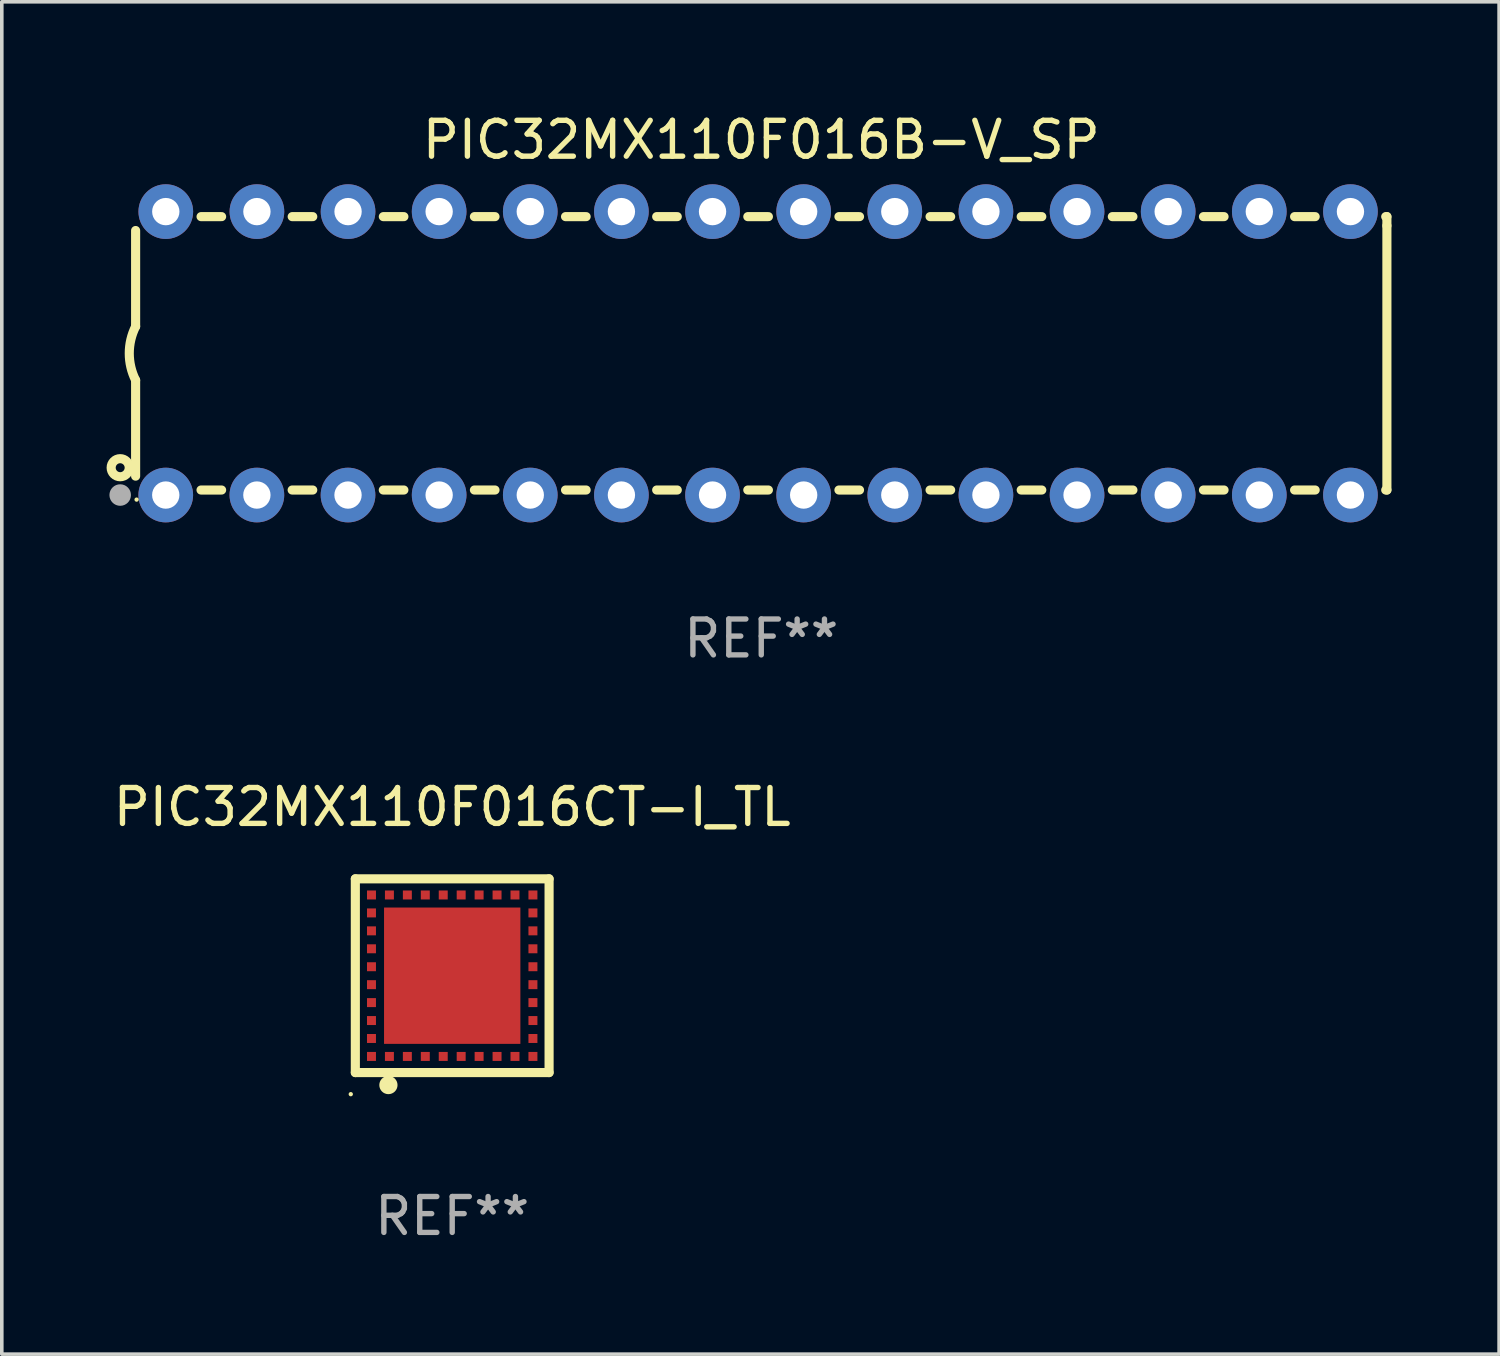
<source format=kicad_pcb>
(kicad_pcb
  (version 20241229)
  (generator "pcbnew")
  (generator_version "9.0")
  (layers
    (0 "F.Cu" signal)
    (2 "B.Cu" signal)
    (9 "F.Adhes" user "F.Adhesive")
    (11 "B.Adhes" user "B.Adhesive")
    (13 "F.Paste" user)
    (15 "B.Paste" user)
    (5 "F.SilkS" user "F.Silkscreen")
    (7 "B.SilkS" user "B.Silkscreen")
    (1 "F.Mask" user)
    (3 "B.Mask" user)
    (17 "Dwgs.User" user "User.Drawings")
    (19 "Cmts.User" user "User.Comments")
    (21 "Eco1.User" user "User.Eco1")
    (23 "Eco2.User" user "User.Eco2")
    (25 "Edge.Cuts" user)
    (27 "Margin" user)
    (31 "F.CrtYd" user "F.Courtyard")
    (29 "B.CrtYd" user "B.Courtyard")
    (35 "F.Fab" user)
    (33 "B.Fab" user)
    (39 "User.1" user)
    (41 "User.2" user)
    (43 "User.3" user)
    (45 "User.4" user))
  (footprint "PIC32MX110F016B-V_SP"
    (layer "F.Cu")
    (at 18.168 6.798)
    (property "Reference" "PIC32MX110F016B-V_SP" (at 0 -5.95 0) (layer "F.SilkS") (effects (font (size 1 1) (thickness 0.15))))
    (attr through_hole)
    (fp_line (start -17.438 0.75) (end -17.438 3.423) (stroke (width 0.254) (type solid)) (layer "F.SilkS"))
    (fp_line (start -17.438 -3.423) (end -17.438 -0.75) (stroke (width 0.254) (type solid)) (layer "F.SilkS"))
    (fp_line (start -15.615 3.81) (end -15.041 3.81) (stroke (width 0.254) (type solid)) (layer "F.SilkS"))
    (fp_line (start -15.041 -3.81) (end -15.614 -3.81) (stroke (width 0.254) (type solid)) (layer "F.SilkS"))
    (fp_line (start -13.075 3.81) (end -12.501 3.81) (stroke (width 0.254) (type solid)) (layer "F.SilkS"))
    (fp_line (start -12.501 -3.81) (end -13.074 -3.81) (stroke (width 0.254) (type solid)) (layer "F.SilkS"))
    (fp_line (start -10.535 3.81) (end -9.961 3.81) (stroke (width 0.254) (type solid)) (layer "F.SilkS"))
    (fp_line (start -9.961 -3.81) (end -10.534 -3.81) (stroke (width 0.254) (type solid)) (layer "F.SilkS"))
    (fp_line (start -7.995 3.81) (end -7.421 3.81) (stroke (width 0.254) (type solid)) (layer "F.SilkS"))
    (fp_line (start -7.421 -3.81) (end -7.995 -3.81) (stroke (width 0.254) (type solid)) (layer "F.SilkS"))
    (fp_line (start -5.455 3.81) (end -4.881 3.81) (stroke (width 0.254) (type solid)) (layer "F.SilkS"))
    (fp_line (start -4.881 -3.81) (end -5.455 -3.81) (stroke (width 0.254) (type solid)) (layer "F.SilkS"))
    (fp_line (start -2.915 3.81) (end -2.341 3.81) (stroke (width 0.254) (type solid)) (layer "F.SilkS"))
    (fp_line (start -2.341 -3.81) (end -2.915 -3.81) (stroke (width 0.254) (type solid)) (layer "F.SilkS"))
    (fp_line (start -0.375 3.81) (end 0.199 3.81) (stroke (width 0.254) (type solid)) (layer "F.SilkS"))
    (fp_line (start 0.199 -3.81) (end -0.375 -3.81) (stroke (width 0.254) (type solid)) (layer "F.SilkS"))
    (fp_line (start 2.165 3.81) (end 2.739 3.81) (stroke (width 0.254) (type solid)) (layer "F.SilkS"))
    (fp_line (start 2.739 -3.81) (end 2.165 -3.81) (stroke (width 0.254) (type solid)) (layer "F.SilkS"))
    (fp_line (start 4.705 3.81) (end 5.279 3.81) (stroke (width 0.254) (type solid)) (layer "F.SilkS"))
    (fp_line (start 5.279 -3.81) (end 4.705 -3.81) (stroke (width 0.254) (type solid)) (layer "F.SilkS"))
    (fp_line (start 7.245 3.81) (end 7.819 3.81) (stroke (width 0.254) (type solid)) (layer "F.SilkS"))
    (fp_line (start 7.819 -3.81) (end 7.245 -3.81) (stroke (width 0.254) (type solid)) (layer "F.SilkS"))
    (fp_line (start 9.785 3.81) (end 10.359 3.81) (stroke (width 0.254) (type solid)) (layer "F.SilkS"))
    (fp_line (start 10.359 -3.81) (end 9.785 -3.81) (stroke (width 0.254) (type solid)) (layer "F.SilkS"))
    (fp_line (start 12.325 3.81) (end 12.899 3.81) (stroke (width 0.254) (type solid)) (layer "F.SilkS"))
    (fp_line (start 12.899 -3.81) (end 12.325 -3.81) (stroke (width 0.254) (type solid)) (layer "F.SilkS"))
    (fp_line (start 14.865 3.81) (end 15.439 3.81) (stroke (width 0.254) (type solid)) (layer "F.SilkS"))
    (fp_line (start 15.439 -3.81) (end 14.865 -3.81) (stroke (width 0.254) (type solid)) (layer "F.SilkS"))
    (fp_line (start 17.405 3.81) (end 17.438 3.81) (stroke (width 0.254) (type solid)) (layer "F.SilkS"))
    (fp_line (start 17.438 -3.81) (end 17.405 -3.81) (stroke (width 0.254) (type solid)) (layer "F.SilkS"))
    (fp_line (start 17.438 -3.556) (end 17.438 -3.81) (stroke (width 0.254) (type solid)) (layer "F.SilkS"))
    (fp_line (start 17.438 3.81) (end 17.438 -3.556) (stroke (width 0.254) (type solid)) (layer "F.SilkS"))
    (fp_arc (start -17.437986 0.749657) (mid -17.614887 -0.000024) (end -17.437783 -0.749657) (stroke (width 0.254001) (type solid)) (layer "F.SilkS"))
    (fp_circle (center -17.868 3.188) (end -17.743 3.188) (stroke (width 0.254) (type solid)) (fill no) (layer "F.SilkS"))
    (fp_circle (center -17.411 4.077) (end -17.381 4.077) (stroke (width 0.06) (type solid)) (fill no) (layer "F.SilkS"))
    (fp_circle (center -17.868 3.95) (end -17.718 3.95) (stroke (width 0.3) (type solid)) (fill no) (layer "F.Fab"))
    (fp_text user "REF**" (at 0 7.95 0) (layer "F.Fab") (effects (font (size 1 1) (thickness 0.15))))
    (pad "1" thru_hole circle (at -16.598 3.95) (size 1.524 1.524) (drill 0.762) (layers "*.Cu" "*.Mask"))
    (pad "2" thru_hole circle (at -14.058 3.95) (size 1.524 1.524) (drill 0.762) (layers "*.Cu" "*.Mask"))
    (pad "3" thru_hole circle (at -11.518 3.95) (size 1.524 1.524) (drill 0.762) (layers "*.Cu" "*.Mask"))
    (pad "4" thru_hole circle (at -8.978 3.95) (size 1.524 1.524) (drill 0.762) (layers "*.Cu" "*.Mask"))
    (pad "5" thru_hole circle (at -6.438 3.95) (size 1.524 1.524) (drill 0.762) (layers "*.Cu" "*.Mask"))
    (pad "6" thru_hole circle (at -3.898 3.95) (size 1.524 1.524) (drill 0.762) (layers "*.Cu" "*.Mask"))
    (pad "7" thru_hole circle (at -1.358 3.95) (size 1.524 1.524) (drill 0.762) (layers "*.Cu" "*.Mask"))
    (pad "8" thru_hole circle (at 1.182 3.95) (size 1.524 1.524) (drill 0.762) (layers "*.Cu" "*.Mask"))
    (pad "9" thru_hole circle (at 3.722 3.95) (size 1.524 1.524) (drill 0.762) (layers "*.Cu" "*.Mask"))
    (pad "10" thru_hole circle (at 6.262 3.95) (size 1.524 1.524) (drill 0.762) (layers "*.Cu" "*.Mask"))
    (pad "11" thru_hole circle (at 8.802 3.95) (size 1.524 1.524) (drill 0.762) (layers "*.Cu" "*.Mask"))
    (pad "12" thru_hole circle (at 11.342 3.95) (size 1.524 1.524) (drill 0.762) (layers "*.Cu" "*.Mask"))
    (pad "13" thru_hole circle (at 13.882 3.95) (size 1.524 1.524) (drill 0.762) (layers "*.Cu" "*.Mask"))
    (pad "14" thru_hole circle (at 16.422 3.95) (size 1.524 1.524) (drill 0.762) (layers "*.Cu" "*.Mask"))
    (pad "15" thru_hole circle (at 16.422 -3.95) (size 1.524 1.524) (drill 0.762) (layers "*.Cu" "*.Mask"))
    (pad "16" thru_hole circle (at 13.882 -3.95) (size 1.524 1.524) (drill 0.762) (layers "*.Cu" "*.Mask"))
    (pad "17" thru_hole circle (at 11.342 -3.95) (size 1.524 1.524) (drill 0.762) (layers "*.Cu" "*.Mask"))
    (pad "18" thru_hole circle (at 8.802 -3.95) (size 1.524 1.524) (drill 0.762) (layers "*.Cu" "*.Mask"))
    (pad "19" thru_hole circle (at 6.262 -3.95) (size 1.524 1.524) (drill 0.762) (layers "*.Cu" "*.Mask"))
    (pad "20" thru_hole circle (at 3.722 -3.95) (size 1.524 1.524) (drill 0.762) (layers "*.Cu" "*.Mask"))
    (pad "21" thru_hole circle (at 1.182 -3.95) (size 1.524 1.524) (drill 0.762) (layers "*.Cu" "*.Mask"))
    (pad "22" thru_hole circle (at -1.358 -3.95) (size 1.524 1.524) (drill 0.762) (layers "*.Cu" "*.Mask"))
    (pad "23" thru_hole circle (at -3.898 -3.95) (size 1.524 1.524) (drill 0.762) (layers "*.Cu" "*.Mask"))
    (pad "24" thru_hole circle (at -6.438 -3.95) (size 1.524 1.524) (drill 0.762) (layers "*.Cu" "*.Mask"))
    (pad "25" thru_hole circle (at -8.978 -3.95) (size 1.524 1.524) (drill 0.762) (layers "*.Cu" "*.Mask"))
    (pad "26" thru_hole circle (at -11.517 -3.95) (size 1.524 1.524) (drill 0.762) (layers "*.Cu" "*.Mask"))
    (pad "27" thru_hole circle (at -14.057 -3.95) (size 1.524 1.524) (drill 0.762) (layers "*.Cu" "*.Mask"))
    (pad "28" thru_hole circle (at -16.597 -3.95) (size 1.524 1.524) (drill 0.762) (layers "*.Cu" "*.Mask")))
  (footprint "PIC32MX110F016CT-I_TL"
    (layer "F.Cu")
    (at 9.554 24.145)
    (property "Reference" "PIC32MX110F016CT-I_TL" (at 0 -4.7 0) (layer "F.SilkS") (effects (font (size 1 1) (thickness 0.15))))
    (attr through_hole)
    (fp_line (start -2.7 -2.7) (end 2.7 -2.7) (stroke (width 0.254) (type solid)) (layer "F.SilkS"))
    (fp_line (start -2.7 2.7) (end -2.7 -2.7) (stroke (width 0.254) (type solid)) (layer "F.SilkS"))
    (fp_line (start 2.7 -2.7) (end 2.7 2.7) (stroke (width 0.254) (type solid)) (layer "F.SilkS"))
    (fp_line (start 2.7 2.7) (end -2.7 2.7) (stroke (width 0.254) (type solid)) (layer "F.SilkS"))
    (fp_circle (center -2.827 3.302) (end -2.797 3.302) (stroke (width 0.06) (type solid)) (fill no) (layer "F.SilkS"))
    (fp_circle (center -1.778 3.048) (end -1.651 3.048) (stroke (width 0.254) (type solid)) (fill no) (layer "F.SilkS"))
    (fp_text user "REF**" (at 0 6.7 0) (layer "F.Fab") (effects (font (size 1 1) (thickness 0.15))))
    (pad "1" smd rect (at -1.75 2.25) (size 0.25 0.25) (layers "F.Cu" "F.Mask" "F.Paste"))
    (pad "2" smd rect (at -1.25 2.25) (size 0.25 0.25) (layers "F.Cu" "F.Mask" "F.Paste"))
    (pad "3" smd rect (at -0.75 2.25) (size 0.25 0.25) (layers "F.Cu" "F.Mask" "F.Paste"))
    (pad "4" smd rect (at -0.25 2.25) (size 0.25 0.25) (layers "F.Cu" "F.Mask" "F.Paste"))
    (pad "5" smd rect (at 0.25 2.25) (size 0.25 0.25) (layers "F.Cu" "F.Mask" "F.Paste"))
    (pad "6" smd rect (at 0.75 2.25) (size 0.25 0.25) (layers "F.Cu" "F.Mask" "F.Paste"))
    (pad "7" smd rect (at 1.25 2.25) (size 0.25 0.25) (layers "F.Cu" "F.Mask" "F.Paste"))
    (pad "8" smd rect (at 1.75 2.25) (size 0.25 0.25) (layers "F.Cu" "F.Mask" "F.Paste"))
    (pad "9" smd rect (at 2.25 2.25) (size 0.25 0.25) (layers "F.Cu" "F.Mask" "F.Paste"))
    (pad "10" smd rect (at 2.25 1.75) (size 0.25 0.25) (layers "F.Cu" "F.Mask" "F.Paste"))
    (pad "11" smd rect (at 2.25 1.25) (size 0.25 0.25) (layers "F.Cu" "F.Mask" "F.Paste"))
    (pad "12" smd rect (at 2.25 0.75) (size 0.25 0.25) (layers "F.Cu" "F.Mask" "F.Paste"))
    (pad "13" smd rect (at 2.25 0.25) (size 0.25 0.25) (layers "F.Cu" "F.Mask" "F.Paste"))
    (pad "14" smd rect (at 2.25 -0.25) (size 0.25 0.25) (layers "F.Cu" "F.Mask" "F.Paste"))
    (pad "15" smd rect (at 2.25 -0.75) (size 0.25 0.25) (layers "F.Cu" "F.Mask" "F.Paste"))
    (pad "16" smd rect (at 2.25 -1.25) (size 0.25 0.25) (layers "F.Cu" "F.Mask" "F.Paste"))
    (pad "17" smd rect (at 2.25 -1.75) (size 0.25 0.25) (layers "F.Cu" "F.Mask" "F.Paste"))
    (pad "18" smd rect (at 2.25 -2.25) (size 0.25 0.25) (layers "F.Cu" "F.Mask" "F.Paste"))
    (pad "19" smd rect (at 1.75 -2.25) (size 0.25 0.25) (layers "F.Cu" "F.Mask" "F.Paste"))
    (pad "20" smd rect (at 1.25 -2.25) (size 0.25 0.25) (layers "F.Cu" "F.Mask" "F.Paste"))
    (pad "21" smd rect (at 0.75 -2.25) (size 0.25 0.25) (layers "F.Cu" "F.Mask" "F.Paste"))
    (pad "22" smd rect (at 0.25 -2.25) (size 0.25 0.25) (layers "F.Cu" "F.Mask" "F.Paste"))
    (pad "23" smd rect (at -0.25 -2.25) (size 0.25 0.25) (layers "F.Cu" "F.Mask" "F.Paste"))
    (pad "24" smd rect (at -0.75 -2.25) (size 0.25 0.25) (layers "F.Cu" "F.Mask" "F.Paste"))
    (pad "25" smd rect (at -1.25 -2.25) (size 0.25 0.25) (layers "F.Cu" "F.Mask" "F.Paste"))
    (pad "26" smd rect (at -1.75 -2.25) (size 0.25 0.25) (layers "F.Cu" "F.Mask" "F.Paste"))
    (pad "27" smd rect (at -2.25 -2.25) (size 0.25 0.25) (layers "F.Cu" "F.Mask" "F.Paste"))
    (pad "28" smd rect (at -2.25 -1.75) (size 0.25 0.25) (layers "F.Cu" "F.Mask" "F.Paste"))
    (pad "29" smd rect (at -2.25 -1.25) (size 0.25 0.25) (layers "F.Cu" "F.Mask" "F.Paste"))
    (pad "30" smd rect (at -2.25 -0.75) (size 0.25 0.25) (layers "F.Cu" "F.Mask" "F.Paste"))
    (pad "31" smd rect (at -2.25 -0.25) (size 0.25 0.25) (layers "F.Cu" "F.Mask" "F.Paste"))
    (pad "32" smd rect (at -2.25 0.25) (size 0.25 0.25) (layers "F.Cu" "F.Mask" "F.Paste"))
    (pad "33" smd rect (at -2.25 0.75) (size 0.25 0.25) (layers "F.Cu" "F.Mask" "F.Paste"))
    (pad "34" smd rect (at -2.25 1.25) (size 0.25 0.25) (layers "F.Cu" "F.Mask" "F.Paste"))
    (pad "35" smd rect (at -2.25 1.75) (size 0.25 0.25) (layers "F.Cu" "F.Mask" "F.Paste"))
    (pad "36" smd rect (at -2.25 2.25) (size 0.25 0.25) (layers "F.Cu" "F.Mask" "F.Paste"))
    (pad "37" smd rect (at 0.000127 -0.000076) (size 3.8 3.8) (layers "F.Cu" "F.Mask" "F.Paste")))
  (gr_rect
    (start -3 -3)
    (end 38.733 34.693)
    (stroke (width 0.1) (type default))
    (fill no)
    (layer "Edge.Cuts")))
</source>
